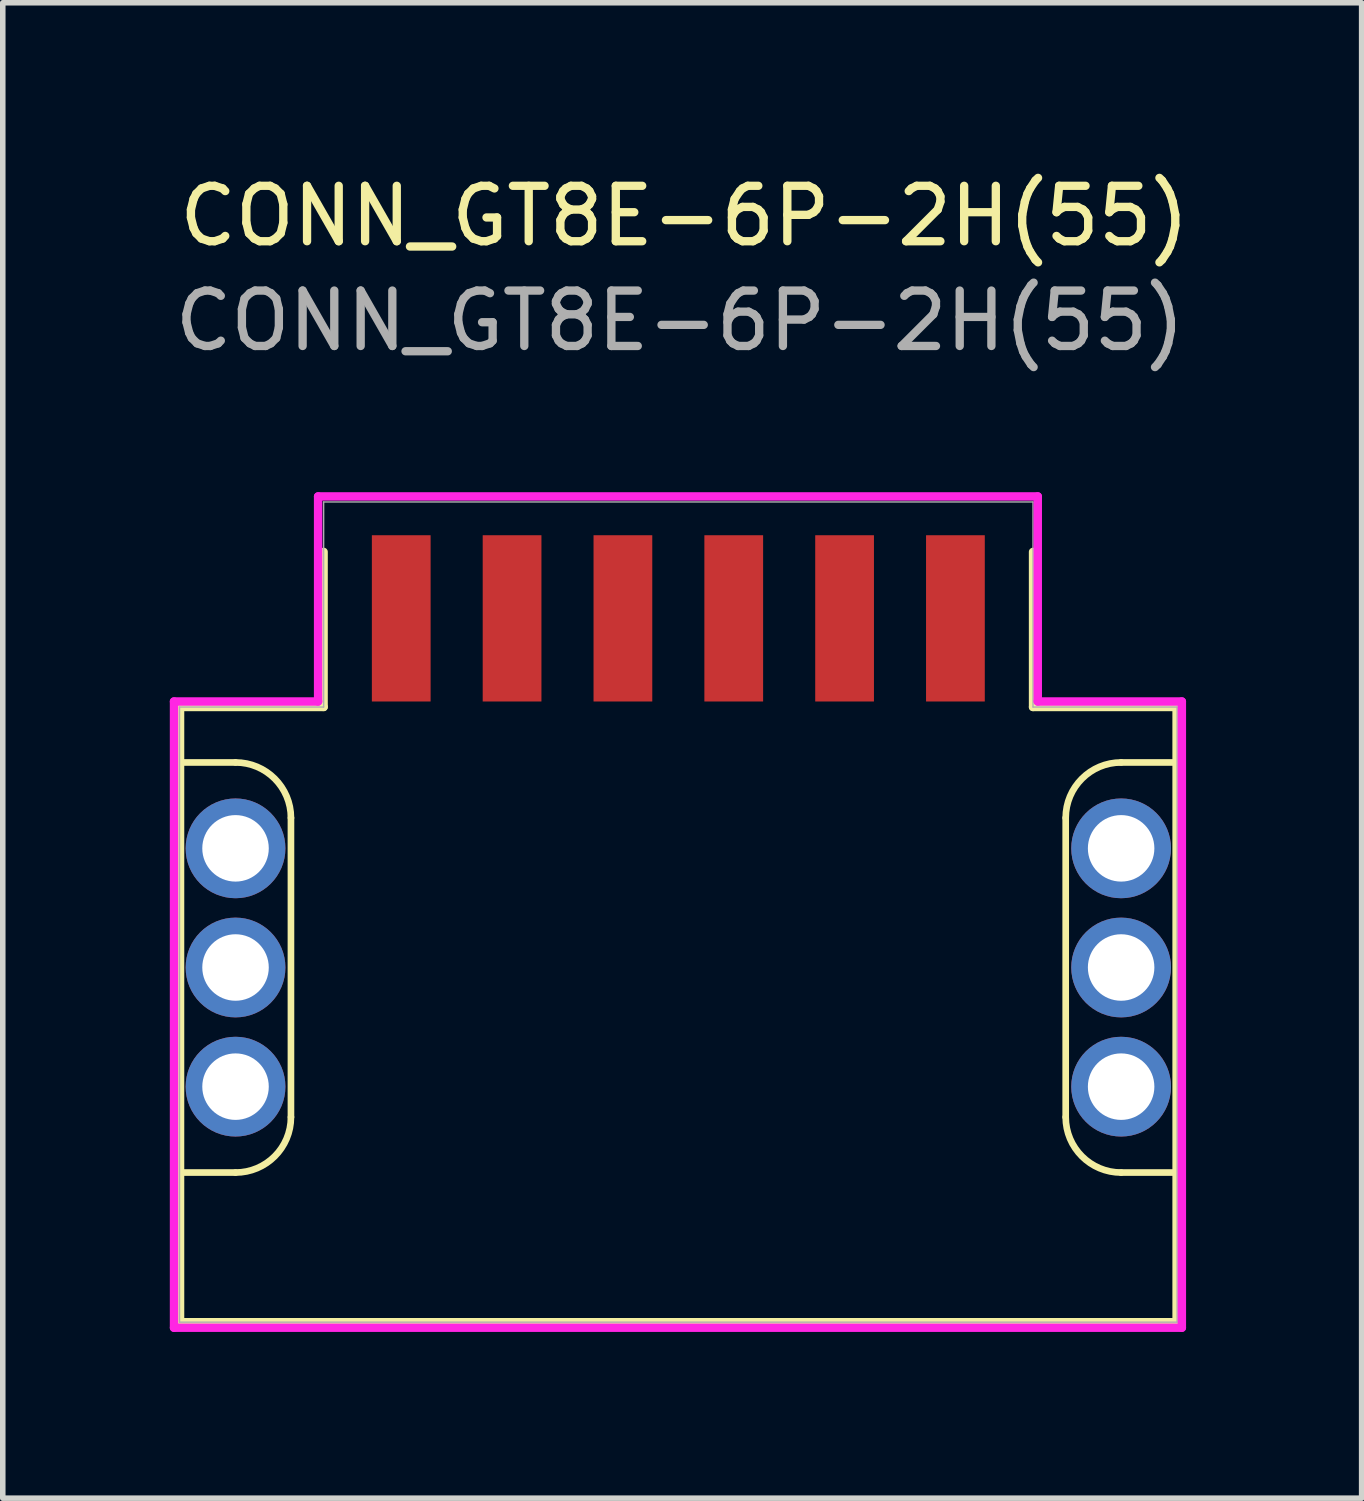
<source format=kicad_pcb>
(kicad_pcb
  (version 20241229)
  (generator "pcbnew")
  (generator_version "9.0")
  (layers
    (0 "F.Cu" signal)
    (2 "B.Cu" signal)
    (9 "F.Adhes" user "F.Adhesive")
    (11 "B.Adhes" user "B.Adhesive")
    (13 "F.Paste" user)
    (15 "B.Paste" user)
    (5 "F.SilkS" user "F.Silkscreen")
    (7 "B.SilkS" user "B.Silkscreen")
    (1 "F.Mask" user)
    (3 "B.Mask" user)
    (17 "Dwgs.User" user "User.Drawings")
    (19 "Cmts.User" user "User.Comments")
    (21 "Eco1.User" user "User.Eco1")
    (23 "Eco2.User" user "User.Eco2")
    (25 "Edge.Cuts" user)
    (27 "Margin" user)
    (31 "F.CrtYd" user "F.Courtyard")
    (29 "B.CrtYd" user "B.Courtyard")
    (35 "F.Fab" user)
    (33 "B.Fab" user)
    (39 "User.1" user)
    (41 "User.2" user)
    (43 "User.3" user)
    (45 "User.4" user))
  (footprint "CONN_GT8E-6P-2H(55)"
    (layer "F.Cu")
    (at 9.19 13.908)
    (property "Reference" "CONN_GT8E-6P-2H(55)" (at 0.11 -13.06 0) (unlocked yes) (layer "F.SilkS") (effects (font (size 1 1) (thickness 0.15))))
    (attr smd)
    (fp_line (start -8.99 -4.2) (end -6.4 -4.2) (stroke (width 0.15) (type default)) (layer "F.SilkS"))
    (fp_line (start -8.99 -3.2) (end -8.99 -4.2) (stroke (width 0.15) (type default)) (layer "F.SilkS"))
    (fp_line (start -8.99 -3.2) (end -8.99 4.2) (stroke (width 0.15) (type default)) (layer "F.SilkS"))
    (fp_line (start -8.99 4.2) (end -7.99 4.2) (stroke (width 0.12) (type default)) (layer "F.SilkS"))
    (fp_line (start -8.99 6.9) (end -8.99 4.2) (stroke (width 0.15) (type default)) (layer "F.SilkS"))
    (fp_line (start -8.99 6.9) (end 8.99 6.9) (stroke (width 0.15) (type solid)) (layer "F.SilkS"))
    (fp_line (start -7.99 -3.2) (end -8.99 -3.2) (stroke (width 0.12) (type default)) (layer "F.SilkS"))
    (fp_line (start -6.99 3.2) (end -6.99 -2.2) (stroke (width 0.12) (type default)) (layer "F.SilkS"))
    (fp_line (start -6.4 -7) (end -6.4 -4.2) (stroke (width 0.15) (type default)) (layer "F.SilkS"))
    (fp_line (start 6.4 -4.2) (end 6.4 -7) (stroke (width 0.15) (type default)) (layer "F.SilkS"))
    (fp_line (start 6.4 -4.2) (end 8.99 -4.2) (stroke (width 0.15) (type default)) (layer "F.SilkS"))
    (fp_line (start 6.99 -2.2) (end 6.99 3.2) (stroke (width 0.12) (type default)) (layer "F.SilkS"))
    (fp_line (start 7.99 4.2) (end 8.99 4.2) (stroke (width 0.12) (type default)) (layer "F.SilkS"))
    (fp_line (start 8.99 -3.2) (end 7.99 -3.2) (stroke (width 0.12) (type default)) (layer "F.SilkS"))
    (fp_line (start 8.99 -3.2) (end 8.99 -4.2) (stroke (width 0.15) (type default)) (layer "F.SilkS"))
    (fp_line (start 8.99 4.2) (end 8.99 -3.2) (stroke (width 0.15) (type default)) (layer "F.SilkS"))
    (fp_line (start 8.99 6.9) (end 8.99 4.2) (stroke (width 0.15) (type default)) (layer "F.SilkS"))
    (fp_arc (start -7.99 -3.2) (mid -7.282894 -2.907106) (end -6.99 -2.2) (stroke (width 0.12) (type default)) (layer "F.SilkS"))
    (fp_arc (start -6.99 3.2) (mid -7.282893 3.907106) (end -7.99 4.2) (stroke (width 0.12) (type default)) (layer "F.SilkS"))
    (fp_arc (start 6.99 -2.2) (mid 7.282894 -2.907106) (end 7.99 -3.2) (stroke (width 0.12) (type default)) (layer "F.SilkS"))
    (fp_arc (start 7.99 4.2) (mid 7.282894 3.907106) (end 6.99 3.2) (stroke (width 0.12) (type default)) (layer "F.SilkS"))
    (fp_line (start -9.1 -4.3) (end -9.1 7) (stroke (width 0.152) (type solid)) (layer "F.CrtYd"))
    (fp_line (start -9.1 -4.3) (end -6.5 -4.3) (stroke (width 0.152) (type solid)) (layer "F.CrtYd"))
    (fp_line (start -9.1 7) (end 9.086 7) (stroke (width 0.152) (type solid)) (layer "F.CrtYd"))
    (fp_line (start -6.5 -8) (end -6.5 -4.3) (stroke (width 0.152) (type solid)) (layer "F.CrtYd"))
    (fp_line (start -6.5 -8) (end 6.486 -8) (stroke (width 0.152) (type solid)) (layer "F.CrtYd"))
    (fp_line (start 6.486 -8) (end 6.486 -4.3) (stroke (width 0.152) (type solid)) (layer "F.CrtYd"))
    (fp_line (start 6.486 -4.3) (end 9.086 -4.3) (stroke (width 0.152) (type solid)) (layer "F.CrtYd"))
    (fp_line (start 9.086 7) (end 9.086 -4.3) (stroke (width 0.152) (type solid)) (layer "F.CrtYd"))
    (fp_line (start -9 -4.2) (end -9 6.9) (stroke (width 0.025) (type solid)) (layer "F.Fab"))
    (fp_line (start -9 -4.2) (end -6.4 -4.2) (stroke (width 0.025) (type solid)) (layer "F.Fab"))
    (fp_line (start -9 6.9) (end 9 6.9) (stroke (width 0.025) (type solid)) (layer "F.Fab"))
    (fp_line (start -6.4 -7.9) (end -6.4 -4.2) (stroke (width 0.025) (type solid)) (layer "F.Fab"))
    (fp_line (start 6.4 -7.9) (end -6.4 -7.9) (stroke (width 0.025) (type solid)) (layer "F.Fab"))
    (fp_line (start 6.4 -7.9) (end 6.4 -4.2) (stroke (width 0.025) (type solid)) (layer "F.Fab"))
    (fp_line (start 9 -4.2) (end 6.4 -4.2) (stroke (width 0.025) (type solid)) (layer "F.Fab"))
    (fp_line (start 9 -4.2) (end 9 6.9) (stroke (width 0.025) (type solid)) (layer "F.Fab"))
    (fp_text user "${REFERENCE}" (at 0.03 -11.17 0) (unlocked yes) (layer "F.Fab") (effects (font (size 1 1) (thickness 0.15))))
    (pad "" thru_hole circle (at -7.99 -1.65 90) (size 1.8 1.8) (drill 1.2) (layers "*.Cu" "*.Mask"))
    (pad "" thru_hole circle (at -7.99 0.5 90) (size 1.8 1.8) (drill 1.2) (layers "*.Cu" "*.Mask"))
    (pad "" thru_hole circle (at -7.99 2.65 90) (size 1.8 1.8) (drill 1.2) (layers "*.Cu" "*.Mask"))
    (pad "" thru_hole circle (at 7.99 -1.65 90) (size 1.8 1.8) (drill 1.2) (layers "*.Cu" "*.Mask"))
    (pad "" thru_hole circle (at 7.99 0.5 90) (size 1.8 1.8) (drill 1.2) (layers "*.Cu" "*.Mask"))
    (pad "" thru_hole circle (at 7.99 2.65 90) (size 1.8 1.8) (drill 1.2) (layers "*.Cu" "*.Mask"))
    (pad "1" smd rect (at 5 -5.8) (size 1.06 3) (layers "F.Cu" "F.Mask" "F.Paste"))
    (pad "2" smd rect (at 3 -5.8) (size 1.06 3) (layers "F.Cu" "F.Mask" "F.Paste"))
    (pad "3" smd rect (at 1 -5.8) (size 1.06 3) (layers "F.Cu" "F.Mask" "F.Paste"))
    (pad "4" smd rect (at -1 -5.8) (size 1.06 3) (layers "F.Cu" "F.Mask" "F.Paste"))
    (pad "5" smd rect (at -3 -5.8) (size 1.06 3) (layers "F.Cu" "F.Mask" "F.Paste"))
    (pad "6" smd rect (at -5 -5.8) (size 1.06 3) (layers "F.Cu" "F.Mask" "F.Paste")))
  (gr_rect
    (start -3 -3)
    (end 21.52 23.984)
    (stroke (width 0.1) (type default))
    (fill no)
    (layer "Edge.Cuts")))
</source>
